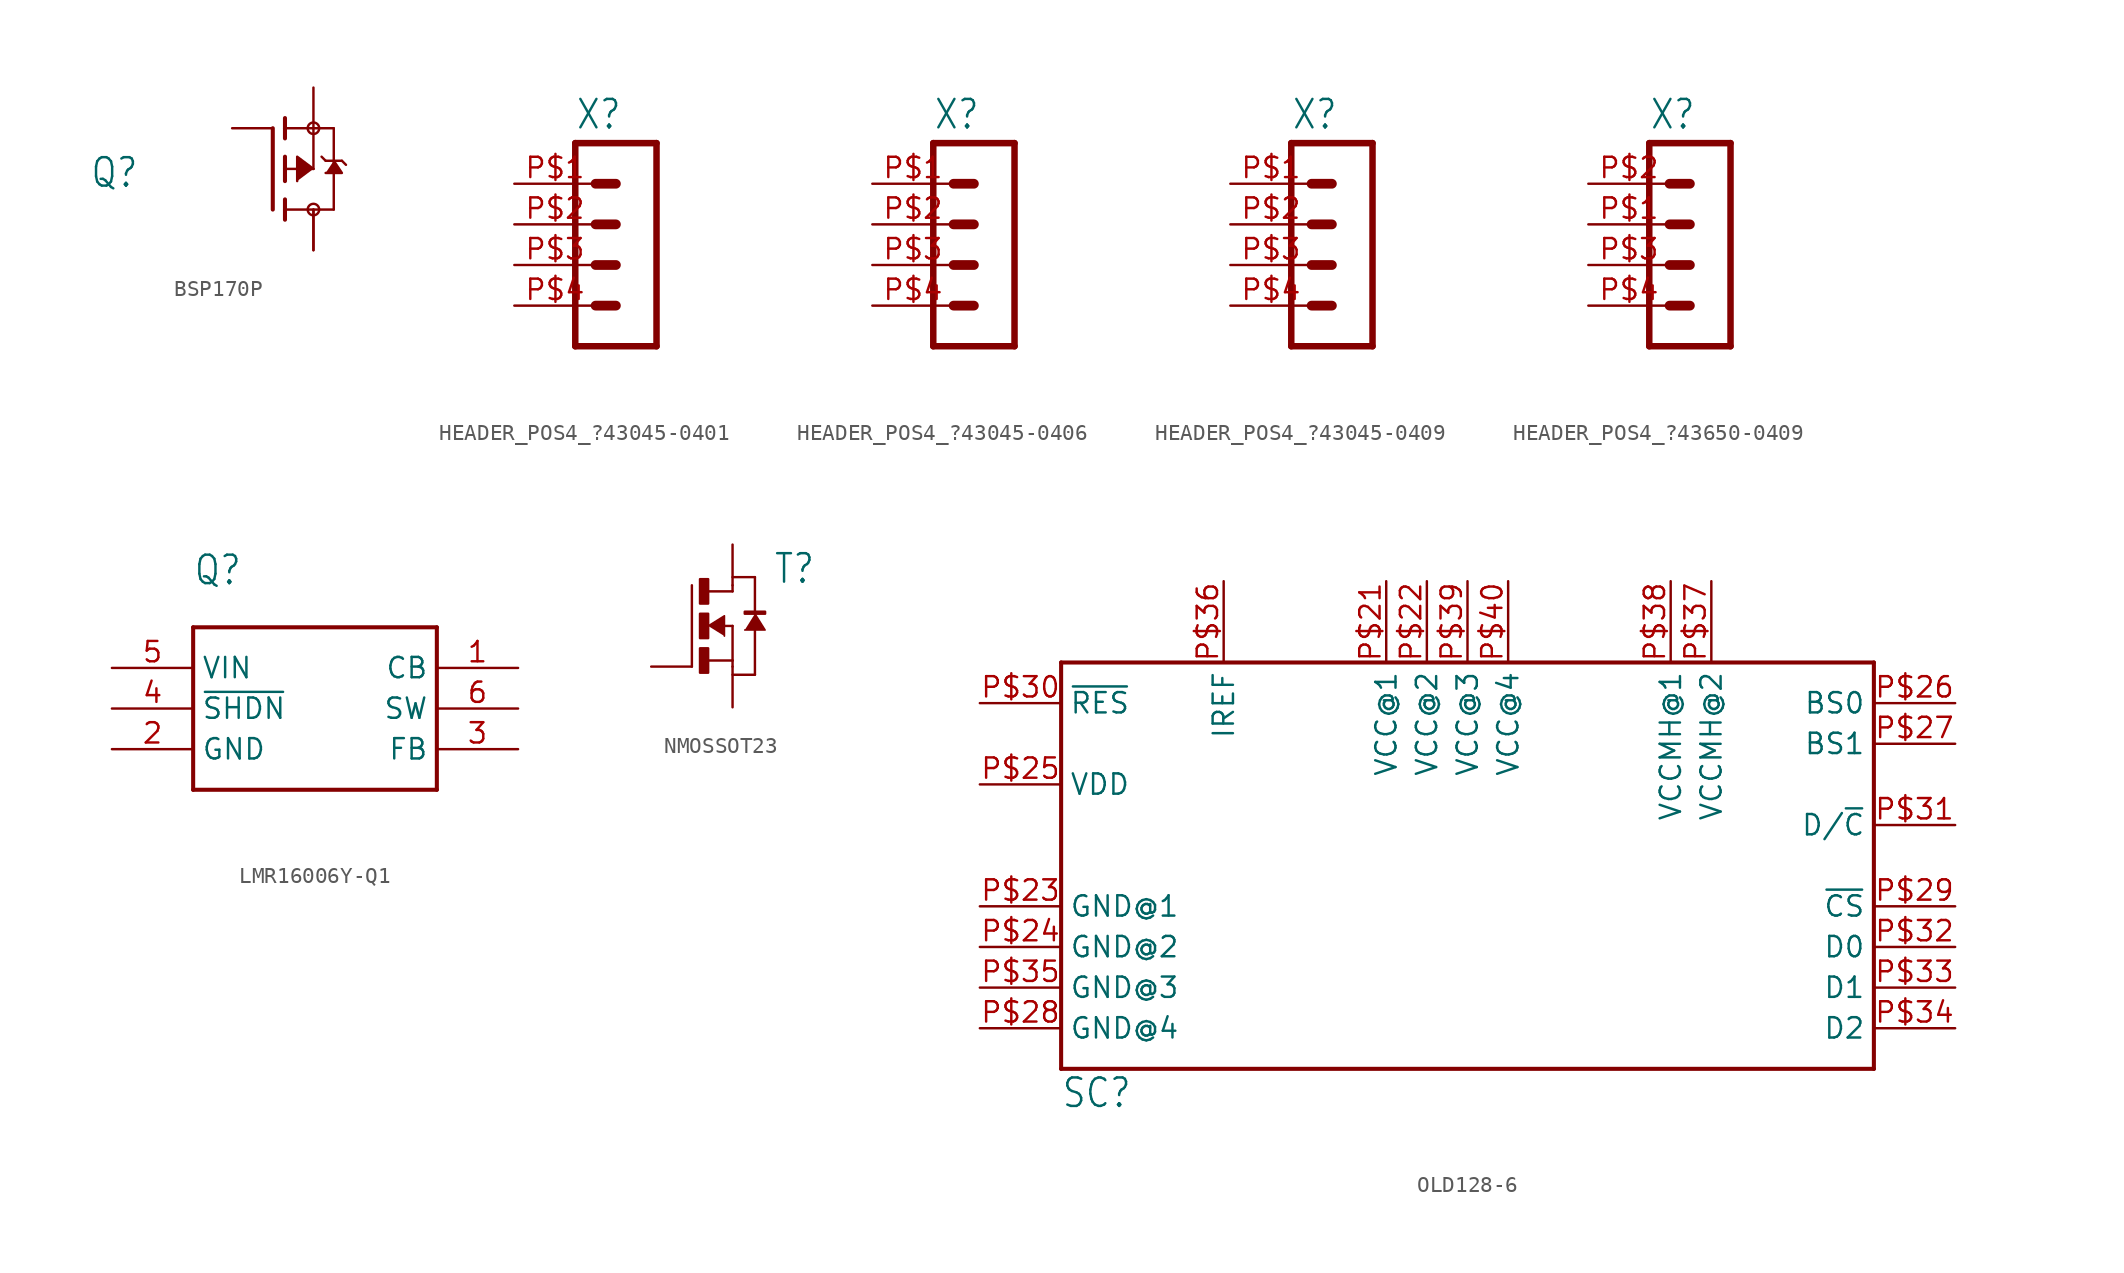
<source format=kicad_sym>
(kicad_symbol_lib
  (version 20231120)
  (generator "kicad_symbol_editor")
  (generator_version "8.0")
  (symbol "BSP170P"
    (property "Reference" "Q"
      (at -11.43 -1.27 0)
      (effects (font (size 1.778 1.511)) (justify left bottom)))
    (property "Value" ""
      (at -11.43 -3.81 0)
      (effects (font (size 1.778 1.511)) (justify left bottom)))
    (property "ki_locked" ""
      (at 0 0 0)
      (effects (font (size 1.27 1.27))))
    (symbol "BSP170P_1_0"
      (polyline (pts (xy 0 -2.54) (xy 0 2.54)) (stroke (width 0.254) (type solid)) (fill (type none)))
      (polyline (pts (xy 0.762 -3.175) (xy 0.762 -2.54)) (stroke (width 0.254) (type solid)) (fill (type none)))
      (polyline (pts (xy 0.762 -2.54) (xy 0.762 -1.905)) (stroke (width 0.254) (type solid)) (fill (type none)))
      (polyline (pts (xy 0.762 -2.54) (xy 3.81 -2.54)) (stroke (width 0.152) (type solid)) (fill (type none)))
      (polyline (pts (xy 0.762 -0.762) (xy 0.762 0)) (stroke (width 0.254) (type solid)) (fill (type none)))
      (polyline (pts (xy 0.762 0) (xy 0.762 0.762)) (stroke (width 0.254) (type solid)) (fill (type none)))
      (polyline (pts (xy 0.762 0) (xy 2.54 0)) (stroke (width 0.152) (type solid)) (fill (type none)))
      (polyline (pts (xy 0.762 1.905) (xy 0.762 2.54)) (stroke (width 0.254) (type solid)) (fill (type none)))
      (polyline (pts (xy 0.762 2.54) (xy 0.762 3.175)) (stroke (width 0.254) (type solid)) (fill (type none)))
      (polyline (pts (xy 2.54 0) (xy 2.54 2.54)) (stroke (width 0.152) (type solid)) (fill (type none)))
      (polyline (pts (xy 2.54 2.54) (xy 0.762 2.54)) (stroke (width 0.152) (type solid)) (fill (type none)))
      (polyline (pts (xy 2.54 2.54) (xy 3.81 2.54)) (stroke (width 0.152) (type solid)) (fill (type none)))
      (polyline (pts (xy 3.048 0.762) (xy 3.302 0.508)) (stroke (width 0.152) (type solid)) (fill (type none)))
      (polyline (pts (xy 3.302 0.508) (xy 3.81 0.508)) (stroke (width 0.152) (type solid)) (fill (type none)))
      (polyline (pts (xy 3.81 -2.54) (xy 3.81 0.508)) (stroke (width 0.152) (type solid)) (fill (type none)))
      (polyline (pts (xy 3.81 0.508) (xy 3.81 2.54)) (stroke (width 0.152) (type solid)) (fill (type none)))
      (polyline (pts (xy 3.81 0.508) (xy 4.318 0.508)) (stroke (width 0.152) (type solid)) (fill (type none)))
      (polyline (pts (xy 4.318 0.508) (xy 4.572 0.254)) (stroke (width 0.152) (type solid)) (fill (type none)))
      (polyline (pts (xy 2.54 0) (xy 1.524 0.762) (xy 1.524 -0.762)) (stroke (width 0.152) (type solid)) (fill (type outline)))
      (polyline (pts (xy 3.81 0.508) (xy 4.318 -0.254) (xy 3.302 -0.254)) (stroke (width 0.152) (type solid)) (fill (type outline)))
      (circle (center 2.54 -2.54) (radius 0.359) (stroke (width 0) (type solid)) (fill (type none)))
      (circle (center 2.54 2.54) (radius 0.359) (stroke (width 0) (type solid)) (fill (type none)))
      (pin passive line (at -2.54 2.54 0) (length 2.54) (name "G" (effects (font (size 0 0)))) (number "1" (effects (font (size 0 0)))))
      (pin passive line (at 2.54 -5.08 90) (length 2.54) (name "D" (effects (font (size 0 0)))) (number "2" (effects (font (size 0 0)))))
      (pin passive line (at 2.54 5.08 270) (length 2.54) (name "S" (effects (font (size 0 0)))) (number "3" (effects (font (size 0 0)))))
      (pin passive line (at 2.54 -5.08 90) (length 2.54) (name "D" (effects (font (size 0 0)))) (number "4" (effects (font (size 0 0)))))))
  (symbol "HEADER_POS4_?43045-0401"
    (property "Reference" "X"
      (at -1.27 8.382 0)
      (effects (font (size 1.778 1.511)) (justify left bottom)))
    (property "Value" ""
      (at -1.27 -7.62 0)
      (effects (font (size 1.778 1.511)) (justify left bottom)))
    (property "ki_locked" ""
      (at 0 0 0)
      (effects (font (size 1.27 1.27))))
    (symbol "HEADER_POS4_?43045-0401_1_0"
      (polyline (pts (xy -1.27 7.62) (xy -1.27 -5.08)) (stroke (width 0.406) (type solid)) (fill (type none)))
      (polyline (pts (xy -1.27 7.62) (xy 3.81 7.62)) (stroke (width 0.406) (type solid)) (fill (type none)))
      (polyline (pts (xy 0 -2.54) (xy 1.27 -2.54)) (stroke (width 0.61) (type solid)) (fill (type none)))
      (polyline (pts (xy 0 0) (xy 1.27 0)) (stroke (width 0.61) (type solid)) (fill (type none)))
      (polyline (pts (xy 0 2.54) (xy 1.27 2.54)) (stroke (width 0.61) (type solid)) (fill (type none)))
      (polyline (pts (xy 0 5.08) (xy 1.27 5.08)) (stroke (width 0.61) (type solid)) (fill (type none)))
      (polyline (pts (xy 3.81 -5.08) (xy -1.27 -5.08)) (stroke (width 0.406) (type solid)) (fill (type none)))
      (polyline (pts (xy 3.81 -5.08) (xy 3.81 7.62)) (stroke (width 0.406) (type solid)) (fill (type none)))
      (pin passive line (at -5.08 5.08 0) (length 5.08) (name "1" (effects (font (size 0 0)))) (number "P$1" (effects (font (size 1.27 1.27)))))
      (pin passive line (at -5.08 2.54 0) (length 5.08) (name "2" (effects (font (size 0 0)))) (number "P$2" (effects (font (size 1.27 1.27)))))
      (pin passive line (at -5.08 0 0) (length 5.08) (name "3" (effects (font (size 0 0)))) (number "P$3" (effects (font (size 1.27 1.27)))))
      (pin passive line (at -5.08 -2.54 0) (length 5.08) (name "4" (effects (font (size 0 0)))) (number "P$4" (effects (font (size 1.27 1.27)))))))
  (symbol "HEADER_POS4_?43045-0406"
    (property "Reference" "X"
      (at -1.27 8.382 0)
      (effects (font (size 1.778 1.511)) (justify left bottom)))
    (property "Value" ""
      (at -1.27 -7.62 0)
      (effects (font (size 1.778 1.511)) (justify left bottom)))
    (property "ki_locked" ""
      (at 0 0 0)
      (effects (font (size 1.27 1.27))))
    (symbol "HEADER_POS4_?43045-0406_1_0"
      (polyline (pts (xy -1.27 7.62) (xy -1.27 -5.08)) (stroke (width 0.406) (type solid)) (fill (type none)))
      (polyline (pts (xy -1.27 7.62) (xy 3.81 7.62)) (stroke (width 0.406) (type solid)) (fill (type none)))
      (polyline (pts (xy 0 -2.54) (xy 1.27 -2.54)) (stroke (width 0.61) (type solid)) (fill (type none)))
      (polyline (pts (xy 0 0) (xy 1.27 0)) (stroke (width 0.61) (type solid)) (fill (type none)))
      (polyline (pts (xy 0 2.54) (xy 1.27 2.54)) (stroke (width 0.61) (type solid)) (fill (type none)))
      (polyline (pts (xy 0 5.08) (xy 1.27 5.08)) (stroke (width 0.61) (type solid)) (fill (type none)))
      (polyline (pts (xy 3.81 -5.08) (xy -1.27 -5.08)) (stroke (width 0.406) (type solid)) (fill (type none)))
      (polyline (pts (xy 3.81 -5.08) (xy 3.81 7.62)) (stroke (width 0.406) (type solid)) (fill (type none)))
      (pin passive line (at -5.08 5.08 0) (length 5.08) (name "1" (effects (font (size 0 0)))) (number "P$1" (effects (font (size 1.27 1.27)))))
      (pin passive line (at -5.08 2.54 0) (length 5.08) (name "2" (effects (font (size 0 0)))) (number "P$2" (effects (font (size 1.27 1.27)))))
      (pin passive line (at -5.08 0 0) (length 5.08) (name "3" (effects (font (size 0 0)))) (number "P$3" (effects (font (size 1.27 1.27)))))
      (pin passive line (at -5.08 -2.54 0) (length 5.08) (name "4" (effects (font (size 0 0)))) (number "P$4" (effects (font (size 1.27 1.27)))))))
  (symbol "HEADER_POS4_?43045-0409"
    (property "Reference" "X"
      (at -1.27 8.382 0)
      (effects (font (size 1.778 1.511)) (justify left bottom)))
    (property "Value" ""
      (at -1.27 -7.62 0)
      (effects (font (size 1.778 1.511)) (justify left bottom)))
    (property "ki_locked" ""
      (at 0 0 0)
      (effects (font (size 1.27 1.27))))
    (symbol "HEADER_POS4_?43045-0409_1_0"
      (polyline (pts (xy -1.27 7.62) (xy -1.27 -5.08)) (stroke (width 0.406) (type solid)) (fill (type none)))
      (polyline (pts (xy -1.27 7.62) (xy 3.81 7.62)) (stroke (width 0.406) (type solid)) (fill (type none)))
      (polyline (pts (xy 0 -2.54) (xy 1.27 -2.54)) (stroke (width 0.61) (type solid)) (fill (type none)))
      (polyline (pts (xy 0 0) (xy 1.27 0)) (stroke (width 0.61) (type solid)) (fill (type none)))
      (polyline (pts (xy 0 2.54) (xy 1.27 2.54)) (stroke (width 0.61) (type solid)) (fill (type none)))
      (polyline (pts (xy 0 5.08) (xy 1.27 5.08)) (stroke (width 0.61) (type solid)) (fill (type none)))
      (polyline (pts (xy 3.81 -5.08) (xy -1.27 -5.08)) (stroke (width 0.406) (type solid)) (fill (type none)))
      (polyline (pts (xy 3.81 -5.08) (xy 3.81 7.62)) (stroke (width 0.406) (type solid)) (fill (type none)))
      (pin passive line (at -5.08 5.08 0) (length 5.08) (name "1" (effects (font (size 0 0)))) (number "P$1" (effects (font (size 1.27 1.27)))))
      (pin passive line (at -5.08 2.54 0) (length 5.08) (name "2" (effects (font (size 0 0)))) (number "P$2" (effects (font (size 1.27 1.27)))))
      (pin passive line (at -5.08 0 0) (length 5.08) (name "3" (effects (font (size 0 0)))) (number "P$3" (effects (font (size 1.27 1.27)))))
      (pin passive line (at -5.08 -2.54 0) (length 5.08) (name "4" (effects (font (size 0 0)))) (number "P$4" (effects (font (size 1.27 1.27)))))))
  (symbol "HEADER_POS4_?43650-0409"
    (property "Reference" "X"
      (at -1.27 8.382 0)
      (effects (font (size 1.778 1.511)) (justify left bottom)))
    (property "Value" ""
      (at -1.27 -7.62 0)
      (effects (font (size 1.778 1.511)) (justify left bottom)))
    (property "ki_locked" ""
      (at 0 0 0)
      (effects (font (size 1.27 1.27))))
    (symbol "HEADER_POS4_?43650-0409_1_0"
      (polyline (pts (xy -1.27 7.62) (xy -1.27 -5.08)) (stroke (width 0.406) (type solid)) (fill (type none)))
      (polyline (pts (xy -1.27 7.62) (xy 3.81 7.62)) (stroke (width 0.406) (type solid)) (fill (type none)))
      (polyline (pts (xy 0 -2.54) (xy 1.27 -2.54)) (stroke (width 0.61) (type solid)) (fill (type none)))
      (polyline (pts (xy 0 0) (xy 1.27 0)) (stroke (width 0.61) (type solid)) (fill (type none)))
      (polyline (pts (xy 0 2.54) (xy 1.27 2.54)) (stroke (width 0.61) (type solid)) (fill (type none)))
      (polyline (pts (xy 0 5.08) (xy 1.27 5.08)) (stroke (width 0.61) (type solid)) (fill (type none)))
      (polyline (pts (xy 3.81 -5.08) (xy -1.27 -5.08)) (stroke (width 0.406) (type solid)) (fill (type none)))
      (polyline (pts (xy 3.81 -5.08) (xy 3.81 7.62)) (stroke (width 0.406) (type solid)) (fill (type none)))
      (pin passive line (at -5.08 2.54 0) (length 5.08) (name "2" (effects (font (size 0 0)))) (number "P$1" (effects (font (size 1.27 1.27)))))
      (pin passive line (at -5.08 5.08 0) (length 5.08) (name "1" (effects (font (size 0 0)))) (number "P$2" (effects (font (size 1.27 1.27)))))
      (pin passive line (at -5.08 0 0) (length 5.08) (name "3" (effects (font (size 0 0)))) (number "P$3" (effects (font (size 1.27 1.27)))))
      (pin passive line (at -5.08 -2.54 0) (length 5.08) (name "4" (effects (font (size 0 0)))) (number "P$4" (effects (font (size 1.27 1.27)))))))
  (symbol "LMR16006Y-Q1"
    (property "Reference" "Q"
      (at -2.54 10.16 0)
      (effects (font (size 1.778 1.511)) (justify left bottom)))
    (property "Value" ""
      (at -2.54 -5.08 0)
      (effects (font (size 1.778 1.511)) (justify left bottom)))
    (property "ki_locked" ""
      (at 0 0 0)
      (effects (font (size 1.27 1.27))))
    (symbol "LMR16006Y-Q1_1_0"
      (polyline (pts (xy -2.54 -2.54) (xy -2.54 7.62)) (stroke (width 0.254) (type solid)) (fill (type none)))
      (polyline (pts (xy -2.54 7.62) (xy 12.7 7.62)) (stroke (width 0.254) (type solid)) (fill (type none)))
      (polyline (pts (xy 12.7 -2.54) (xy -2.54 -2.54)) (stroke (width 0.254) (type solid)) (fill (type none)))
      (polyline (pts (xy 12.7 7.62) (xy 12.7 -2.54)) (stroke (width 0.254) (type solid)) (fill (type none)))
      (pin bidirectional line (at 17.78 5.08 180) (length 5.08) (name "CB" (effects (font (size 1.27 1.27)))) (number "1" (effects (font (size 1.27 1.27)))))
      (pin bidirectional line (at -7.62 0 0) (length 5.08) (name "GND" (effects (font (size 1.27 1.27)))) (number "2" (effects (font (size 1.27 1.27)))))
      (pin bidirectional line (at 17.78 0 180) (length 5.08) (name "FB" (effects (font (size 1.27 1.27)))) (number "3" (effects (font (size 1.27 1.27)))))
      (pin bidirectional line (at -7.62 2.54 0) (length 5.08) (name "~{SHDN}" (effects (font (size 1.27 1.27)))) (number "4" (effects (font (size 1.27 1.27)))))
      (pin bidirectional line (at -7.62 5.08 0) (length 5.08) (name "VIN" (effects (font (size 1.27 1.27)))) (number "5" (effects (font (size 1.27 1.27)))))
      (pin bidirectional line (at 17.78 2.54 180) (length 5.08) (name "SW" (effects (font (size 1.27 1.27)))) (number "6" (effects (font (size 1.27 1.27)))))))
  (symbol "NMOSSOT23"
    (property "Reference" "T"
      (at 2.54 2.54 0)
      (effects (font (size 1.778 1.511)) (justify left bottom)))
    (property "Value" ""
      (at 2.54 0 0)
      (effects (font (size 1.778 1.511)) (justify left bottom)))
    (property "ki_locked" ""
      (at 0 0 0)
      (effects (font (size 1.27 1.27))))
    (symbol "NMOSSOT23_1_0"
      (rectangle (start -2.032 -2.921) (end -1.524 -1.397) (stroke (width 0) (type default)) (fill (type outline)))
      (rectangle (start -2.032 -0.762) (end -1.524 0.762) (stroke (width 0) (type default)) (fill (type outline)))
      (rectangle (start -2.032 1.397) (end -1.524 2.921) (stroke (width 0) (type default)) (fill (type outline)))
      (polyline (pts (xy -2.54 -2.54) (xy -2.54 2.54)) (stroke (width 0.152) (type solid)) (fill (type none)))
      (polyline (pts (xy -1.524 -2.159) (xy 0 -2.159)) (stroke (width 0.152) (type solid)) (fill (type none)))
      (polyline (pts (xy -1.524 2.159) (xy 0 2.159)) (stroke (width 0.152) (type solid)) (fill (type none)))
      (polyline (pts (xy -0.508 0) (xy 0 0)) (stroke (width 0.152) (type solid)) (fill (type none)))
      (polyline (pts (xy 0 -2.159) (xy 0 -2.54)) (stroke (width 0.152) (type solid)) (fill (type none)))
      (polyline (pts (xy 0 0) (xy 0 -2.159)) (stroke (width 0.152) (type solid)) (fill (type none)))
      (polyline (pts (xy 0 2.159) (xy 0 2.54)) (stroke (width 0.152) (type solid)) (fill (type none)))
      (polyline (pts (xy 0 3.048) (xy 1.397 3.048)) (stroke (width 0.152) (type solid)) (fill (type none)))
      (polyline (pts (xy 1.397 -3.048) (xy 0 -3.048)) (stroke (width 0.152) (type solid)) (fill (type none)))
      (polyline (pts (xy 1.397 -0.254) (xy 1.397 -3.048)) (stroke (width 0.152) (type solid)) (fill (type none)))
      (polyline (pts (xy 1.397 3.048) (xy 1.397 0.762)) (stroke (width 0.152) (type solid)) (fill (type none)))
      (polyline (pts (xy -1.524 0) (xy -0.508 0.635) (xy -0.508 -0.635)) (stroke (width 0.102) (type solid)) (fill (type outline)))
      (polyline (pts (xy 1.397 0.762) (xy 2.032 -0.254) (xy 0.762 -0.254)) (stroke (width 0.102) (type solid)) (fill (type outline)))
      (rectangle (start 0.762 0.762) (end 2.032 0.889) (stroke (width 0) (type default)) (fill (type outline)))
      (pin passive line (at 0 5.08 270) (length 2.54) (name "D" (effects (font (size 0 0)))) (number "1" (effects (font (size 0 0)))))
      (pin passive line (at 0 -5.08 90) (length 2.54) (name "S" (effects (font (size 0 0)))) (number "2" (effects (font (size 0 0)))))
      (pin passive line (at -5.08 -2.54 0) (length 2.54) (name "G" (effects (font (size 0 0)))) (number "3" (effects (font (size 0 0)))))))
  (symbol "OLD128-6"
    (property "Reference" "SC"
      (at -22.86 -15.24 0)
      (effects (font (size 1.778 1.511)) (justify left bottom)))
    (property "Value" ""
      (at 17.78 -15.24 0)
      (effects (font (size 1.778 1.511)) (justify left bottom)))
    (property "ki_locked" ""
      (at 0 0 0)
      (effects (font (size 1.27 1.27))))
    (symbol "OLD128-6_1_0"
      (polyline (pts (xy -22.86 -12.7) (xy -22.86 12.7)) (stroke (width 0.254) (type solid)) (fill (type none)))
      (polyline (pts (xy -22.86 12.7) (xy 27.94 12.7)) (stroke (width 0.254) (type solid)) (fill (type none)))
      (polyline (pts (xy 27.94 -12.7) (xy -22.86 -12.7)) (stroke (width 0.254) (type solid)) (fill (type none)))
      (polyline (pts (xy 27.94 12.7) (xy 27.94 -12.7)) (stroke (width 0.254) (type solid)) (fill (type none)))
      (pin power_in line (at -2.54 17.78 270) (length 5.08) (name "VCC@1" (effects (font (size 1.27 1.27)))) (number "P$21" (effects (font (size 1.27 1.27)))))
      (pin power_in line (at 0 17.78 270) (length 5.08) (name "VCC@2" (effects (font (size 1.27 1.27)))) (number "P$22" (effects (font (size 1.27 1.27)))))
      (pin power_in line (at -27.94 -2.54 0) (length 5.08) (name "GND@1" (effects (font (size 1.27 1.27)))) (number "P$23" (effects (font (size 1.27 1.27)))))
      (pin power_in line (at -27.94 -5.08 0) (length 5.08) (name "GND@2" (effects (font (size 1.27 1.27)))) (number "P$24" (effects (font (size 1.27 1.27)))))
      (pin power_in line (at -27.94 5.08 0) (length 5.08) (name "VDD" (effects (font (size 1.27 1.27)))) (number "P$25" (effects (font (size 1.27 1.27)))))
      (pin bidirectional line (at 33.02 10.16 180) (length 5.08) (name "BS0" (effects (font (size 1.27 1.27)))) (number "P$26" (effects (font (size 1.27 1.27)))))
      (pin bidirectional line (at 33.02 7.62 180) (length 5.08) (name "BS1" (effects (font (size 1.27 1.27)))) (number "P$27" (effects (font (size 1.27 1.27)))))
      (pin power_in line (at -27.94 -10.16 0) (length 5.08) (name "GND@4" (effects (font (size 1.27 1.27)))) (number "P$28" (effects (font (size 1.27 1.27)))))
      (pin bidirectional line (at 33.02 -2.54 180) (length 5.08) (name "~{CS}" (effects (font (size 1.27 1.27)))) (number "P$29" (effects (font (size 1.27 1.27)))))
      (pin bidirectional line (at -27.94 10.16 0) (length 5.08) (name "~{RES}" (effects (font (size 1.27 1.27)))) (number "P$30" (effects (font (size 1.27 1.27)))))
      (pin bidirectional line (at 33.02 2.54 180) (length 5.08) (name "D/~{C}" (effects (font (size 1.27 1.27)))) (number "P$31" (effects (font (size 1.27 1.27)))))
      (pin bidirectional line (at 33.02 -5.08 180) (length 5.08) (name "D0" (effects (font (size 1.27 1.27)))) (number "P$32" (effects (font (size 1.27 1.27)))))
      (pin bidirectional line (at 33.02 -7.62 180) (length 5.08) (name "D1" (effects (font (size 1.27 1.27)))) (number "P$33" (effects (font (size 1.27 1.27)))))
      (pin bidirectional line (at 33.02 -10.16 180) (length 5.08) (name "D2" (effects (font (size 1.27 1.27)))) (number "P$34" (effects (font (size 1.27 1.27)))))
      (pin power_in line (at -27.94 -7.62 0) (length 5.08) (name "GND@3" (effects (font (size 1.27 1.27)))) (number "P$35" (effects (font (size 1.27 1.27)))))
      (pin bidirectional line (at -12.7 17.78 270) (length 5.08) (name "IREF" (effects (font (size 1.27 1.27)))) (number "P$36" (effects (font (size 1.27 1.27)))))
      (pin bidirectional line (at 17.78 17.78 270) (length 5.08) (name "VCCMH@2" (effects (font (size 1.27 1.27)))) (number "P$37" (effects (font (size 1.27 1.27)))))
      (pin bidirectional line (at 15.24 17.78 270) (length 5.08) (name "VCCMH@1" (effects (font (size 1.27 1.27)))) (number "P$38" (effects (font (size 1.27 1.27)))))
      (pin power_in line (at 2.54 17.78 270) (length 5.08) (name "VCC@3" (effects (font (size 1.27 1.27)))) (number "P$39" (effects (font (size 1.27 1.27)))))
      (pin power_in line (at 5.08 17.78 270) (length 5.08) (name "VCC@4" (effects (font (size 1.27 1.27)))) (number "P$40" (effects (font (size 1.27 1.27))))))))
</source>
